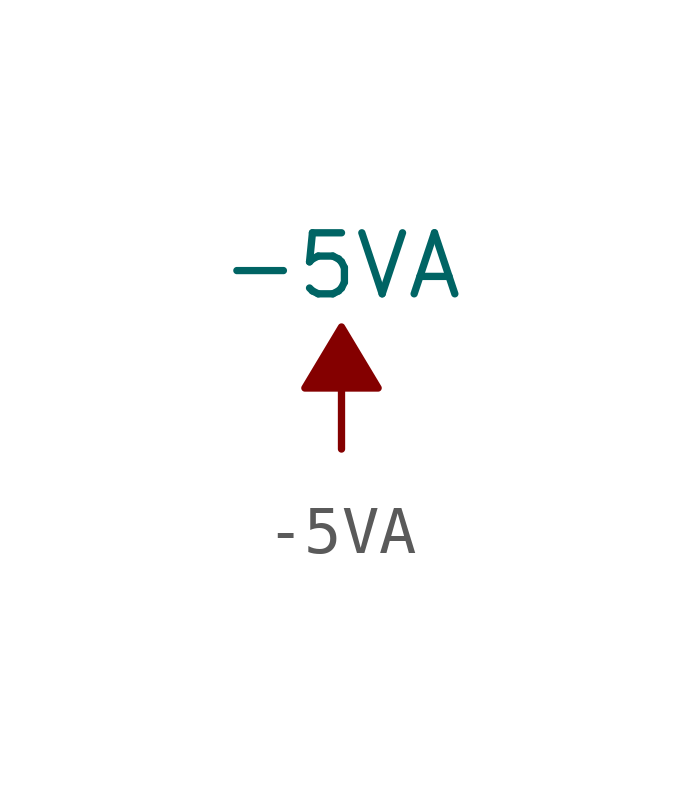
<source format=kicad_sym>
(kicad_symbol_lib
  (version 20211014)
  (generator kicad_symbol_editor)
  (symbol "-5VA"
    (power)
    (pin_names
      (offset 0))
    (property "Reference" "#PWR"
      (at 0 2.54 0)
      (effects (font (size 1.27 1.27)) hide))
    (property "Value" "-5VA"
      (at 0 3.81 0)
      (effects (font (size 1.27 1.27))))
    (symbol "-5VA_0_0"
      (pin power_in line (at 0 0 90) (length 0) hide (name "-5VA" (effects (font (size 1.27 1.27)))) (number "1" (effects (font (size 1.27 1.27))))))
    (symbol "-5VA_0_1"
      (polyline (pts (xy 0 0) (xy 0 1.27) (xy 0.762 1.27) (xy 0 2.54) (xy -0.762 1.27) (xy 0 1.27)) (stroke (width 0) (type default) (color 0 0 0 0)) (fill (type outline))))))
</source>
